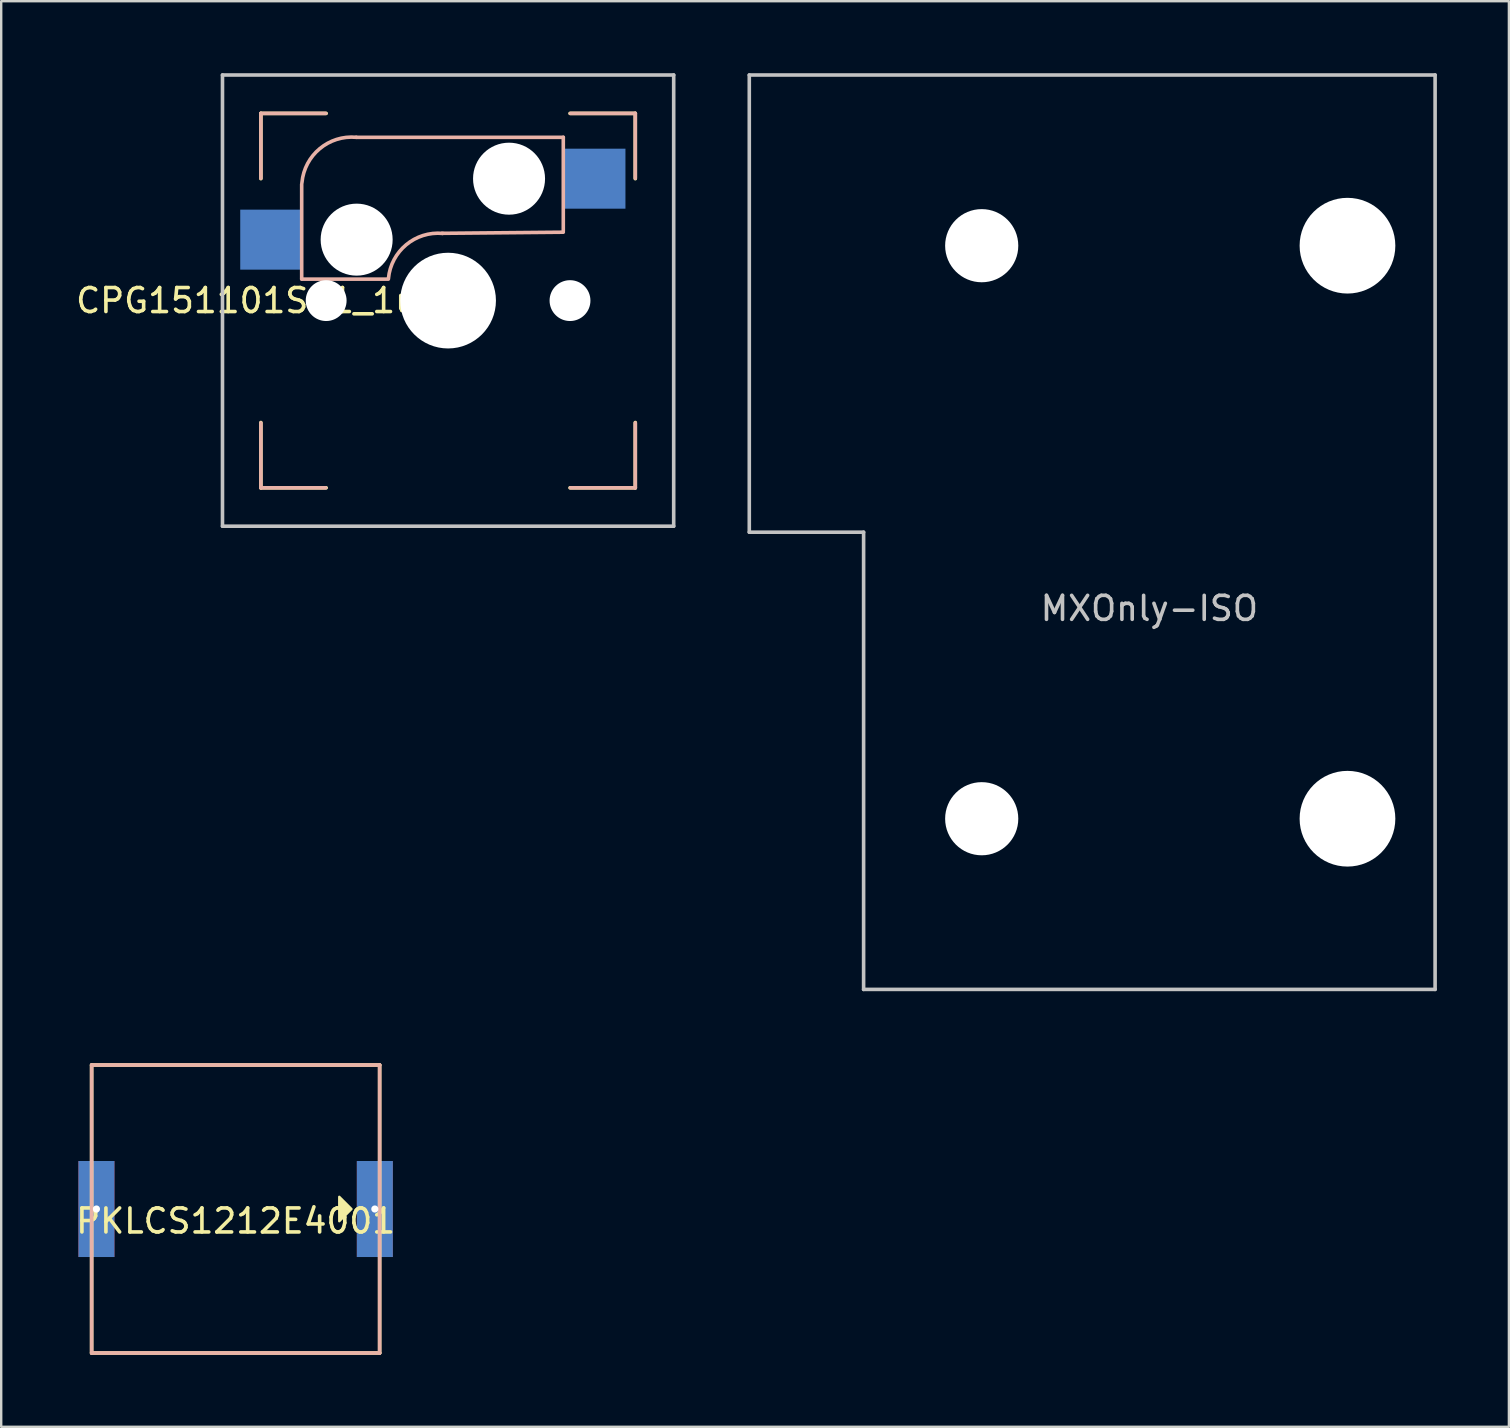
<source format=kicad_pcb>
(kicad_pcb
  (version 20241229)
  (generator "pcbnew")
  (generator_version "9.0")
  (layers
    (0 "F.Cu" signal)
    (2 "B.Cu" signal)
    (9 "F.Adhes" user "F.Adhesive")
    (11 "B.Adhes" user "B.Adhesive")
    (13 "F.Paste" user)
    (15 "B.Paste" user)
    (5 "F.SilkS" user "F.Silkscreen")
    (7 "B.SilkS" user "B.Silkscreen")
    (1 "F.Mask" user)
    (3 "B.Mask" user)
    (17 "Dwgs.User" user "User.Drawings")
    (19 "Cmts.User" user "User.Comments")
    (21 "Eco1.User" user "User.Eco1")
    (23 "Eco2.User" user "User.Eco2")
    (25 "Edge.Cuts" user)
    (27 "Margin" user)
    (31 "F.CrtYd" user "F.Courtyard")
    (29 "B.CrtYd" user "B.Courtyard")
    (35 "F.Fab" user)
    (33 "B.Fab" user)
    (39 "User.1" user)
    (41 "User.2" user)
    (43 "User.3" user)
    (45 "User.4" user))
  (footprint "MXOnly-ISO"
    (layer "F.Cu")
    (at 44.839 19.125)
    (property "Reference" "MXOnly-ISO" (at 0 3.175 0) (layer "Dwgs.User") (effects (font (size 1 1) (thickness 0.15))))
    (attr through_hole)
    (fp_line (start -16.669 -19.05) (end -16.669 0) (stroke (width 0.15) (type solid)) (layer "Dwgs.User"))
    (fp_line (start -16.669 -19.05) (end 11.906 -19.05) (stroke (width 0.15) (type solid)) (layer "Dwgs.User"))
    (fp_line (start -11.906 0) (end -16.669 0) (stroke (width 0.15) (type solid)) (layer "Dwgs.User"))
    (fp_line (start -11.906 19.05) (end -11.906 0) (stroke (width 0.15) (type solid)) (layer "Dwgs.User"))
    (fp_line (start -11.906 19.05) (end 11.906 19.05) (stroke (width 0.15) (type solid)) (layer "Dwgs.User"))
    (fp_line (start 11.906 -19.05) (end 11.906 19.05) (stroke (width 0.15) (type solid)) (layer "Dwgs.User"))
    (pad "" np_thru_hole circle (at -6.985 -11.938) (size 3.048 3.048) (drill 3.048) (layers "*.Cu" "*.Mask"))
    (pad "" np_thru_hole circle (at -6.985 11.938) (size 3.048 3.048) (drill 3.048) (layers "*.Cu" "*.Mask"))
    (pad "" np_thru_hole circle (at 8.255 -11.938) (size 3.988 3.988) (drill 3.988) (layers "*.Cu" "*.Mask"))
    (pad "" np_thru_hole circle (at 8.255 11.938) (size 3.988 3.988) (drill 3.988) (layers "*.Cu" "*.Mask")))
  (footprint "CPG151101S11_1u"
    (layer "F.Cu")
    (at 15.62 9.475)
    (property "Reference" "CPG151101S11_1u" (at -8.4 0 180) (layer "F.SilkS") (effects (font (size 1 1) (thickness 0.15))))
    (attr through_hole)
    (fp_line (start -7.8 -7.8) (end -5.08 -7.8) (stroke (width 0.15) (type solid)) (layer "F.SilkS"))
    (fp_line (start -7.8 -5.08) (end -7.8 -7.8) (stroke (width 0.15) (type solid)) (layer "F.SilkS"))
    (fp_line (start -7.8 5.08) (end -7.8 7.8) (stroke (width 0.15) (type solid)) (layer "F.SilkS"))
    (fp_line (start -7.8 7.8) (end -5.08 7.8) (stroke (width 0.15) (type solid)) (layer "F.SilkS"))
    (fp_line (start 5.08 7.8) (end 7.8 7.8) (stroke (width 0.15) (type solid)) (layer "F.SilkS"))
    (fp_line (start 7.8 -7.8) (end 5.08 -7.8) (stroke (width 0.15) (type solid)) (layer "F.SilkS"))
    (fp_line (start 7.8 -5.08) (end 7.8 -7.8) (stroke (width 0.15) (type solid)) (layer "F.SilkS"))
    (fp_line (start 7.8 7.8) (end 7.8 5.08) (stroke (width 0.15) (type solid)) (layer "F.SilkS"))
    (fp_line (start -7.8 -7.8) (end -5.1 -7.8) (stroke (width 0.15) (type solid)) (layer "B.SilkS"))
    (fp_line (start -7.8 -5.1) (end -7.8 -7.8) (stroke (width 0.15) (type solid)) (layer "B.SilkS"))
    (fp_line (start -7.8 7.8) (end -7.8 5.1) (stroke (width 0.15) (type solid)) (layer "B.SilkS"))
    (fp_line (start -6.1 -4.85) (end -6.1 -0.905) (stroke (width 0.15) (type solid)) (layer "B.SilkS"))
    (fp_line (start -6.1 -0.896) (end -2.49 -0.896) (stroke (width 0.15) (type solid)) (layer "B.SilkS"))
    (fp_line (start -5.1 7.8) (end -7.8 7.8) (stroke (width 0.15) (type solid)) (layer "B.SilkS"))
    (fp_line (start 4.8 -6.804) (end -3.825 -6.804) (stroke (width 0.15) (type solid)) (layer "B.SilkS"))
    (fp_line (start 4.8 -2.896) (end 4.8 -6.804) (stroke (width 0.15) (type solid)) (layer "B.SilkS"))
    (fp_line (start 4.8 -2.85) (end -0.25 -2.804) (stroke (width 0.15) (type solid)) (layer "B.SilkS"))
    (fp_line (start 5.1 -7.8) (end 7.8 -7.8) (stroke (width 0.15) (type solid)) (layer "B.SilkS"))
    (fp_line (start 7.8 -7.8) (end 7.8 -5.1) (stroke (width 0.15) (type solid)) (layer "B.SilkS"))
    (fp_line (start 7.8 5.1) (end 7.8 7.8) (stroke (width 0.15) (type solid)) (layer "B.SilkS"))
    (fp_line (start 7.8 7.8) (end 5.1 7.8) (stroke (width 0.15) (type solid)) (layer "B.SilkS"))
    (fp_arc (start -6.089 -4.92) (mid -5.347189 -6.33089) (end -3.825 -6.804) (stroke (width 0.15) (type solid)) (layer "B.SilkS"))
    (fp_arc (start -2.484999 -0.920001) (mid -1.74436 -2.328062) (end -0.225 -2.8) (stroke (width 0.15) (type solid)) (layer "B.SilkS"))
    (fp_line (start -9.4 -9.4) (end 9.4 -9.4) (stroke (width 0.15) (type solid)) (layer "Dwgs.User"))
    (fp_line (start -9.4 9.4) (end -9.4 -9.4) (stroke (width 0.15) (type solid)) (layer "Dwgs.User"))
    (fp_line (start 9.4 -9.4) (end 9.4 9.4) (stroke (width 0.15) (type solid)) (layer "Dwgs.User"))
    (fp_line (start 9.4 9.4) (end -9.4 9.4) (stroke (width 0.15) (type solid)) (layer "Dwgs.User"))
    (fp_line (start -7 7) (end -7 -7) (stroke (width 0.15) (type solid)) (layer "Eco2.User"))
    (fp_line (start -7 7) (end 7 7) (stroke (width 0.15) (type solid)) (layer "Eco2.User"))
    (fp_line (start 7 -7) (end -7 -7) (stroke (width 0.15) (type solid)) (layer "Eco2.User"))
    (fp_line (start 7 -7) (end 7 7) (stroke (width 0.15) (type solid)) (layer "Eco2.User"))
    (pad "" np_thru_hole circle (at -5.08 0) (size 1.702 1.702) (drill 1.702) (layers "*.Cu" "*.Mask"))
    (pad "" np_thru_hole circle (at -3.81 -2.54) (size 3 3) (drill 3) (layers "*.Cu" "*.Mask"))
    (pad "" np_thru_hole circle (at 0 0) (size 3.988 3.988) (drill 3.988) (layers "*.Cu" "*.Mask"))
    (pad "" np_thru_hole circle (at 2.54 -5.08) (size 3 3) (drill 3) (layers "*.Cu" "*.Mask"))
    (pad "" np_thru_hole circle (at 5.08 0) (size 1.702 1.702) (drill 1.702) (layers "*.Cu" "*.Mask"))
    (pad "1" smd rect (at -7.385 -2.54) (size 2.55 2.5) (layers "B.Cu" "B.Mask" "B.Paste"))
    (pad "2" smd rect (at 6.115 -5.08 180) (size 2.55 2.5) (layers "B.Cu" "B.Mask" "B.Paste")))
  (footprint "PKLCS1212E4001"
    (layer "F.Cu")
    (at 6.768 47.325)
    (property "Reference" "PKLCS1212E4001" (at 0 0.5 0) (layer "F.SilkS") (effects (font (size 1 1) (thickness 0.15))))
    (attr through_hole)
    (fp_line (start -6 -6) (end 6 -6) (stroke (width 0.15) (type solid)) (layer "F.SilkS"))
    (fp_line (start -6 6) (end -6 -6) (stroke (width 0.15) (type solid)) (layer "F.SilkS"))
    (fp_line (start 6 -6) (end 6 6) (stroke (width 0.15) (type solid)) (layer "F.SilkS"))
    (fp_line (start 6 6) (end -6 6) (stroke (width 0.15) (type solid)) (layer "F.SilkS"))
    (fp_poly (pts (xy 4.826 0) (xy 4.318 0.508) (xy 4.318 -0.508)) (stroke (width 0.1) (type solid)) (fill yes) (layer "F.SilkS"))
    (fp_line (start -6 -6) (end 6 -6) (stroke (width 0.15) (type solid)) (layer "B.SilkS"))
    (fp_line (start -6 6) (end -6 -6) (stroke (width 0.15) (type solid)) (layer "B.SilkS"))
    (fp_line (start 6 -6) (end 6 6) (stroke (width 0.15) (type solid)) (layer "B.SilkS"))
    (fp_line (start 6 6) (end -6 6) (stroke (width 0.15) (type solid)) (layer "B.SilkS"))
    (pad "1" thru_hole rect (at -5.8 0) (size 1.5 4) (drill 0.3) (layers "*.Cu" "*.Mask"))
    (pad "2" thru_hole rect (at 5.8 0) (size 1.5 4) (drill 0.3) (layers "*.Cu" "*.Mask")))
  (gr_rect
    (start -3 -3)
    (end 59.82 56.4)
    (stroke (width 0.1) (type default))
    (fill no)
    (layer "Edge.Cuts")))
</source>
